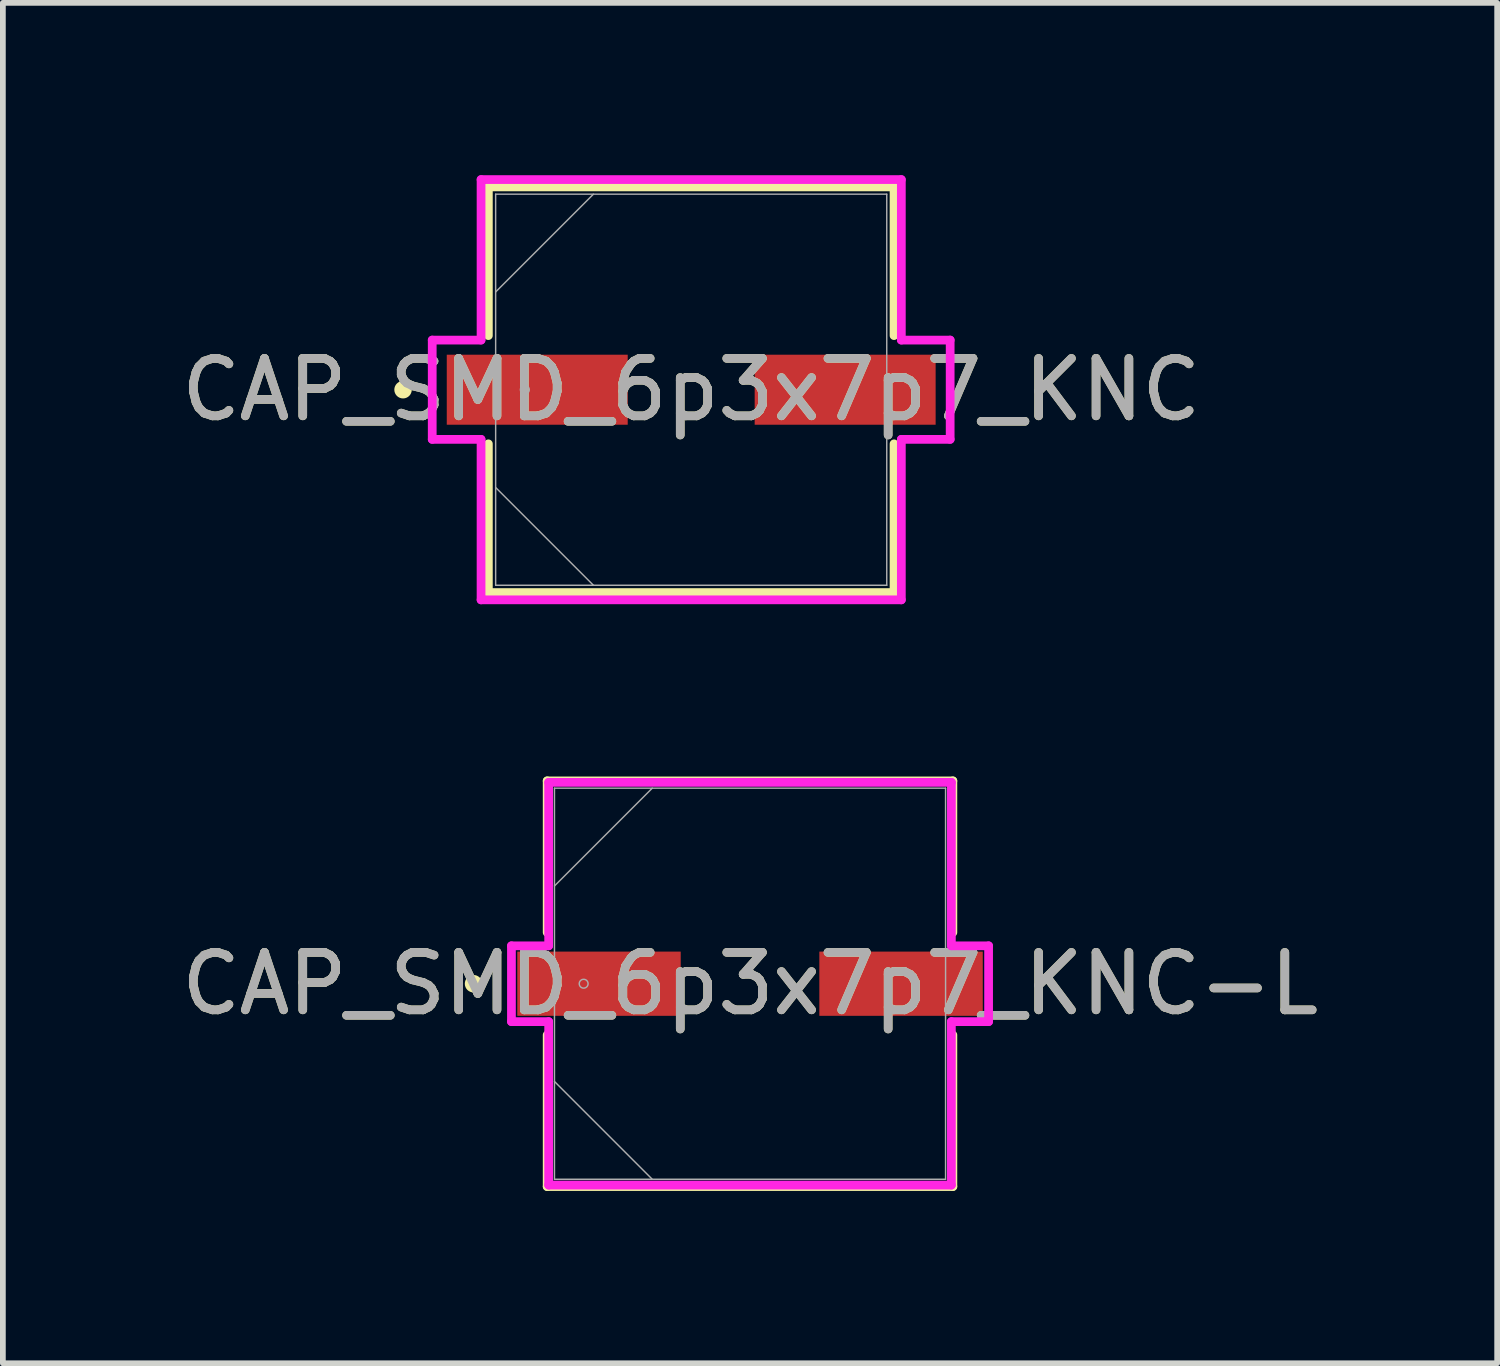
<source format=kicad_pcb>
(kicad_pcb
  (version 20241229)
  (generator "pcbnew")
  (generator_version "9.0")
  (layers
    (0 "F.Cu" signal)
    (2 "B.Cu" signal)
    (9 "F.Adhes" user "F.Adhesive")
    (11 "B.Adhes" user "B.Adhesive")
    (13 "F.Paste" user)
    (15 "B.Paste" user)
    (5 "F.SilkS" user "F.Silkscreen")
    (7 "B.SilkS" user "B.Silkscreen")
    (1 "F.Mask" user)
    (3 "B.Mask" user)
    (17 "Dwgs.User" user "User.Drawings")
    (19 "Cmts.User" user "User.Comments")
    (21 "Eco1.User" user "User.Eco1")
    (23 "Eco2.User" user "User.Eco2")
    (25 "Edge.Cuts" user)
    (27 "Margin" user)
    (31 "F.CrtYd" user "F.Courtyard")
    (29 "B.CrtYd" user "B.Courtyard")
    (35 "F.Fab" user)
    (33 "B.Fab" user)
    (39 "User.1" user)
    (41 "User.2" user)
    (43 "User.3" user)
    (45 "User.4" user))
  (footprint "CAP_SMD_6p3x7p7_KNC"
    (layer "F.Cu")
    (at 8.982 3.734)
    (property "Reference" "CAP_SMD_6p3x7p7_KNC" (at 0 0 0) (unlocked yes) (layer "F.SilkS") (effects (font (size 1 1) (thickness 0.15))))
    (attr smd)
    (fp_line (start -3.531 -3.531) (end -3.531 -0.942) (stroke (width 0.152) (type solid)) (layer "F.SilkS"))
    (fp_line (start -3.531 0.942) (end -3.531 3.531) (stroke (width 0.152) (type solid)) (layer "F.SilkS"))
    (fp_line (start -3.531 3.531) (end 3.531 3.531) (stroke (width 0.152) (type solid)) (layer "F.SilkS"))
    (fp_line (start 3.531 -3.531) (end -3.531 -3.531) (stroke (width 0.152) (type solid)) (layer "F.SilkS"))
    (fp_line (start 3.531 -0.942) (end 3.531 -3.531) (stroke (width 0.152) (type solid)) (layer "F.SilkS"))
    (fp_line (start 3.531 3.531) (end 3.531 0.942) (stroke (width 0.152) (type solid)) (layer "F.SilkS"))
    (fp_circle (center -5.016 0) (end -4.94 0) (stroke (width 0.152) (type solid)) (fill no) (layer "F.SilkS"))
    (fp_line (start -4.508 -0.864) (end -3.658 -0.864) (stroke (width 0.152) (type solid)) (layer "F.CrtYd"))
    (fp_line (start -4.508 0.864) (end -4.508 -0.864) (stroke (width 0.152) (type solid)) (layer "F.CrtYd"))
    (fp_line (start -3.658 -3.658) (end 3.658 -3.658) (stroke (width 0.152) (type solid)) (layer "F.CrtYd"))
    (fp_line (start -3.658 -0.864) (end -3.658 -3.658) (stroke (width 0.152) (type solid)) (layer "F.CrtYd"))
    (fp_line (start -3.658 0.864) (end -4.508 0.864) (stroke (width 0.152) (type solid)) (layer "F.CrtYd"))
    (fp_line (start -3.658 3.658) (end -3.658 0.864) (stroke (width 0.152) (type solid)) (layer "F.CrtYd"))
    (fp_line (start 3.658 -3.658) (end 3.658 -0.864) (stroke (width 0.152) (type solid)) (layer "F.CrtYd"))
    (fp_line (start 3.658 -0.864) (end 4.508 -0.864) (stroke (width 0.152) (type solid)) (layer "F.CrtYd"))
    (fp_line (start 3.658 0.864) (end 3.658 3.658) (stroke (width 0.152) (type solid)) (layer "F.CrtYd"))
    (fp_line (start 3.658 3.658) (end -3.658 3.658) (stroke (width 0.152) (type solid)) (layer "F.CrtYd"))
    (fp_line (start 4.508 -0.864) (end 4.508 0.864) (stroke (width 0.152) (type solid)) (layer "F.CrtYd"))
    (fp_line (start 4.508 0.864) (end 3.658 0.864) (stroke (width 0.152) (type solid)) (layer "F.CrtYd"))
    (fp_line (start -3.404 -3.404) (end -3.404 3.404) (stroke (width 0.025) (type solid)) (layer "F.Fab"))
    (fp_line (start -3.404 -1.702) (end -1.702 -3.404) (stroke (width 0.025) (type solid)) (layer "F.Fab"))
    (fp_line (start -3.404 1.702) (end -1.702 3.404) (stroke (width 0.025) (type solid)) (layer "F.Fab"))
    (fp_line (start -3.404 3.404) (end 3.404 3.404) (stroke (width 0.025) (type solid)) (layer "F.Fab"))
    (fp_line (start 3.404 -3.404) (end -3.404 -3.404) (stroke (width 0.025) (type solid)) (layer "F.Fab"))
    (fp_line (start 3.404 3.404) (end 3.404 -3.404) (stroke (width 0.025) (type solid)) (layer "F.Fab"))
    (fp_circle (center -2.896 0) (end -2.819 0) (stroke (width 0.025) (type solid)) (fill no) (layer "F.Fab"))
    (fp_text user "${REFERENCE}" (at 0 0 0) (unlocked yes) (layer "F.Fab") (effects (font (size 1 1) (thickness 0.15))))
    (pad "1" smd rect (at -2.68 0) (size 3.15 1.219) (layers "F.Cu" "F.Mask" "F.Paste"))
    (pad "2" smd rect (at 2.68 0) (size 3.15 1.219) (layers "F.Cu" "F.Mask" "F.Paste"))
    (zone (net_name "") (layer "F.Cu") (hatch full 0.508) (connect_pads) (min_thickness 0.254) (filled_areas_thickness no) (keepout (tracks not_allowed) (vias not_allowed) (pads allowed) (copperpour not_allowed) (footprints allowed)) (placement (enabled no)) (fill) (polygon (pts (xy 5.629 0.381) (xy 12.335 0.381) (xy 12.335 3.073) (xy 5.629 3.073))))
    (zone (net_name "") (layer "F.Cu") (hatch full 0.508) (connect_pads) (min_thickness 0.254) (filled_areas_thickness no) (keepout (tracks not_allowed) (vias not_allowed) (pads allowed) (copperpour not_allowed) (footprints allowed)) (placement (enabled no)) (fill) (polygon (pts (xy 5.629 4.394) (xy 12.335 4.394) (xy 12.335 7.087) (xy 5.629 7.087))))
    (zone (net_name "") (layer "F.Cu") (hatch full 0.508) (connect_pads) (min_thickness 0.254) (filled_areas_thickness no) (keepout (tracks not_allowed) (vias not_allowed) (pads allowed) (copperpour not_allowed) (footprints allowed)) (placement (enabled no)) (fill) (polygon (pts (xy 7.928 3.073) (xy 10.036 3.073) (xy 10.036 4.394) (xy 7.928 4.394)))))
  (footprint "CAP_SMD_6p3x7p7_KNC-L"
    (layer "F.Cu")
    (at 10.006 14.074)
    (property "Reference" "CAP_SMD_6p3x7p7_KNC-L" (at 0 0 0) (unlocked yes) (layer "F.SilkS") (effects (font (size 1 1) (thickness 0.15))))
    (attr smd)
    (fp_line (start -3.531 -3.531) (end -3.531 -0.892) (stroke (width 0.152) (type solid)) (layer "F.SilkS"))
    (fp_line (start -3.531 0.892) (end -3.531 3.531) (stroke (width 0.152) (type solid)) (layer "F.SilkS"))
    (fp_line (start -3.531 3.531) (end 3.531 3.531) (stroke (width 0.152) (type solid)) (layer "F.SilkS"))
    (fp_line (start 3.531 -3.531) (end -3.531 -3.531) (stroke (width 0.152) (type solid)) (layer "F.SilkS"))
    (fp_line (start 3.531 -0.892) (end 3.531 -3.531) (stroke (width 0.152) (type solid)) (layer "F.SilkS"))
    (fp_line (start 3.531 3.531) (end 3.531 0.892) (stroke (width 0.152) (type solid)) (layer "F.SilkS"))
    (fp_circle (center -4.813 0) (end -4.737 0) (stroke (width 0.152) (type solid)) (fill no) (layer "F.SilkS"))
    (fp_line (start -4.153 -0.66) (end -3.505 -0.66) (stroke (width 0.152) (type solid)) (layer "F.CrtYd"))
    (fp_line (start -4.153 0.66) (end -4.153 -0.66) (stroke (width 0.152) (type solid)) (layer "F.CrtYd"))
    (fp_line (start -3.505 -3.505) (end 3.505 -3.505) (stroke (width 0.152) (type solid)) (layer "F.CrtYd"))
    (fp_line (start -3.505 -0.66) (end -3.505 -3.505) (stroke (width 0.152) (type solid)) (layer "F.CrtYd"))
    (fp_line (start -3.505 0.66) (end -4.153 0.66) (stroke (width 0.152) (type solid)) (layer "F.CrtYd"))
    (fp_line (start -3.505 3.505) (end -3.505 0.66) (stroke (width 0.152) (type solid)) (layer "F.CrtYd"))
    (fp_line (start 3.505 -3.505) (end 3.505 -0.66) (stroke (width 0.152) (type solid)) (layer "F.CrtYd"))
    (fp_line (start 3.505 -0.66) (end 4.153 -0.66) (stroke (width 0.152) (type solid)) (layer "F.CrtYd"))
    (fp_line (start 3.505 0.66) (end 3.505 3.505) (stroke (width 0.152) (type solid)) (layer "F.CrtYd"))
    (fp_line (start 3.505 3.505) (end -3.505 3.505) (stroke (width 0.152) (type solid)) (layer "F.CrtYd"))
    (fp_line (start 4.153 -0.66) (end 4.153 0.66) (stroke (width 0.152) (type solid)) (layer "F.CrtYd"))
    (fp_line (start 4.153 0.66) (end 3.505 0.66) (stroke (width 0.152) (type solid)) (layer "F.CrtYd"))
    (fp_line (start -3.404 -3.404) (end -3.404 3.404) (stroke (width 0.025) (type solid)) (layer "F.Fab"))
    (fp_line (start -3.404 -1.702) (end -1.702 -3.404) (stroke (width 0.025) (type solid)) (layer "F.Fab"))
    (fp_line (start -3.404 1.702) (end -1.702 3.404) (stroke (width 0.025) (type solid)) (layer "F.Fab"))
    (fp_line (start -3.404 3.404) (end 3.404 3.404) (stroke (width 0.025) (type solid)) (layer "F.Fab"))
    (fp_line (start 3.404 -3.404) (end -3.404 -3.404) (stroke (width 0.025) (type solid)) (layer "F.Fab"))
    (fp_line (start 3.404 3.404) (end 3.404 -3.404) (stroke (width 0.025) (type solid)) (layer "F.Fab"))
    (fp_circle (center -2.896 0) (end -2.819 0) (stroke (width 0.025) (type solid)) (fill no) (layer "F.Fab"))
    (fp_text user "${REFERENCE}" (at 0 0 0) (unlocked yes) (layer "F.Fab") (effects (font (size 1 1) (thickness 0.15))))
    (pad "1" smd rect (at -2.629 0) (size 2.845 1.118) (layers "F.Cu" "F.Mask" "F.Paste"))
    (pad "2" smd rect (at 2.629 0) (size 2.845 1.118) (layers "F.Cu" "F.Mask" "F.Paste"))
    (zone (net_name "") (layer "F.Cu") (hatch full 0.508) (connect_pads) (min_thickness 0.254) (filled_areas_thickness no) (keepout (tracks not_allowed) (vias not_allowed) (pads allowed) (copperpour not_allowed) (footprints allowed)) (placement (enabled no)) (fill) (polygon (pts (xy 6.653 10.722) (xy 13.359 10.722) (xy 13.359 13.465) (xy 6.653 13.465))))
    (zone (net_name "") (layer "F.Cu") (hatch full 0.508) (connect_pads) (min_thickness 0.254) (filled_areas_thickness no) (keepout (tracks not_allowed) (vias not_allowed) (pads allowed) (copperpour not_allowed) (footprints allowed)) (placement (enabled no)) (fill) (polygon (pts (xy 6.653 14.684) (xy 13.359 14.684) (xy 13.359 17.427) (xy 6.653 17.427))))
    (zone (net_name "") (layer "F.Cu") (hatch full 0.508) (connect_pads) (min_thickness 0.254) (filled_areas_thickness no) (keepout (tracks not_allowed) (vias not_allowed) (pads allowed) (copperpour not_allowed) (footprints allowed)) (placement (enabled no)) (fill) (polygon (pts (xy 8.85 13.465) (xy 11.162 13.465) (xy 11.162 14.684) (xy 8.85 14.684)))))
  (gr_rect
    (start -3 -3)
    (end 23.012 20.681)
    (stroke (width 0.1) (type default))
    (fill no)
    (layer "Edge.Cuts")))
</source>
